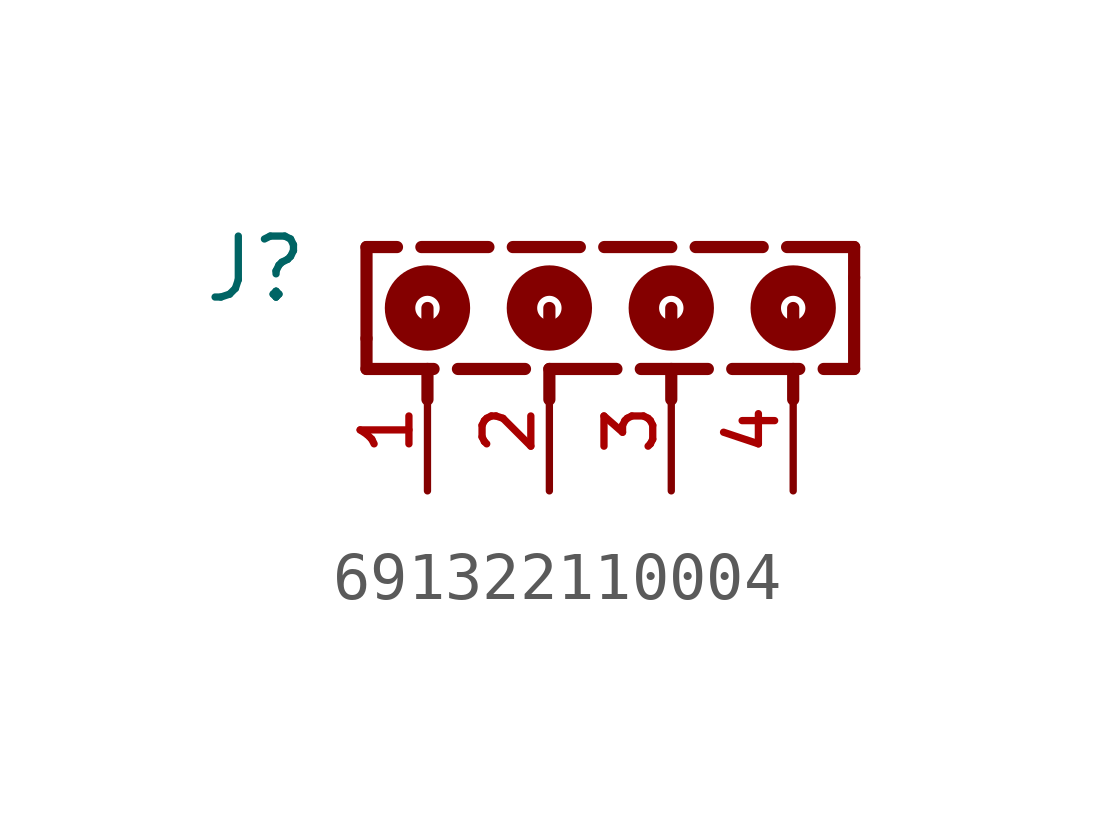
<source format=kicad_sym>
(kicad_symbol_lib
  (version 20241209)
  (generator "kicad_symbol_editor")
  (generator_version "9.0")
  (symbol "691322110004"
    (pin_names
      (offset 1.016))
    (property "Reference" "J"
      (at -7.53 -1.205 0)
      (effects (font (size 1.27 1.27)) (justify right bottom)))
    (symbol "691322110004_0_0"
      (polyline (pts (xy -6.35 0) (xy -6.35 -1.905)) (stroke (width 0.254) (type default)) (fill (type none)))
      (polyline (pts (xy -6.35 -1.905) (xy -6.35 -2.54)) (stroke (width 0.254) (type default)) (fill (type none)))
      (polyline (pts (xy -6.35 -2.54) (xy -4.953 -2.54)) (stroke (width 0.254) (type default)) (fill (type none)))
      (polyline (pts (xy -5.715 0) (xy -6.35 0)) (stroke (width 0.254) (type default)) (fill (type none)))
      (circle (center -5.08 -1.27) (radius 0.254) (stroke (width 0.635) (type default)) (fill (type none)))
      (polyline (pts (xy -5.08 -1.27) (xy -5.08 -1.905)) (stroke (width 0.254) (type default)) (fill (type none)))
      (polyline (pts (xy -5.08 -3.175) (xy -5.08 -2.54)) (stroke (width 0.254) (type default)) (fill (type none)))
      (polyline (pts (xy -4.445 -2.54) (xy -3.048 -2.54)) (stroke (width 0.254) (type default)) (fill (type none)))
      (polyline (pts (xy -3.81 0) (xy -5.207 0)) (stroke (width 0.254) (type default)) (fill (type none)))
      (circle (center -2.54 -1.27) (radius 0.254) (stroke (width 0.635) (type default)) (fill (type none)))
      (polyline (pts (xy -2.54 -1.27) (xy -2.54 -1.905)) (stroke (width 0.254) (type default)) (fill (type none)))
      (polyline (pts (xy -2.54 -2.54) (xy -1.143 -2.54)) (stroke (width 0.254) (type default)) (fill (type none)))
      (polyline (pts (xy -2.54 -3.175) (xy -2.54 -2.54)) (stroke (width 0.254) (type default)) (fill (type none)))
      (polyline (pts (xy -1.905 0) (xy -3.302 0)) (stroke (width 0.254) (type default)) (fill (type none)))
      (polyline (pts (xy -0.635 -2.54) (xy 0.762 -2.54)) (stroke (width 0.254) (type default)) (fill (type none)))
      (polyline (pts (xy 0 0) (xy -1.397 0)) (stroke (width 0.254) (type default)) (fill (type none)))
      (polyline (pts (xy 0 -1.27) (xy 0 -1.905)) (stroke (width 0.254) (type default)) (fill (type none)))
      (circle (center 0 -1.27) (radius 0.254) (stroke (width 0.635) (type default)) (fill (type none)))
      (polyline (pts (xy 0 -3.175) (xy 0 -2.54)) (stroke (width 0.254) (type default)) (fill (type none)))
      (polyline (pts (xy 1.27 -2.54) (xy 2.667 -2.54)) (stroke (width 0.254) (type default)) (fill (type none)))
      (polyline (pts (xy 1.905 0) (xy 0.508 0)) (stroke (width 0.254) (type default)) (fill (type none)))
      (polyline (pts (xy 2.54 -1.27) (xy 2.54 -1.905)) (stroke (width 0.254) (type default)) (fill (type none)))
      (circle (center 2.54 -1.27) (radius 0.254) (stroke (width 0.635) (type default)) (fill (type none)))
      (polyline (pts (xy 2.54 -3.175) (xy 2.54 -2.54)) (stroke (width 0.254) (type default)) (fill (type none)))
      (polyline (pts (xy 3.175 -2.54) (xy 3.81 -2.54)) (stroke (width 0.254) (type default)) (fill (type none)))
      (polyline (pts (xy 3.81 0) (xy 2.413 0)) (stroke (width 0.254) (type default)) (fill (type none)))
      (polyline (pts (xy 3.81 -0.635) (xy 3.81 0)) (stroke (width 0.254) (type default)) (fill (type none)))
      (polyline (pts (xy 3.81 -2.54) (xy 3.81 -0.635)) (stroke (width 0.254) (type default)) (fill (type none)))
      (pin passive line (at -5.08 -5.08 90) (length 2.54) (name "~" (effects (font (size 1.016 1.016)))) (number "1" (effects (font (size 1.016 1.016)))))
      (pin passive line (at -2.54 -5.08 90) (length 2.54) (name "~" (effects (font (size 1.016 1.016)))) (number "2" (effects (font (size 1.016 1.016)))))
      (pin passive line (at 0 -5.08 90) (length 2.54) (name "~" (effects (font (size 1.016 1.016)))) (number "3" (effects (font (size 1.016 1.016)))))
      (pin passive line (at 2.54 -5.08 90) (length 2.54) (name "~" (effects (font (size 1.016 1.016)))) (number "4" (effects (font (size 1.016 1.016))))))))
</source>
